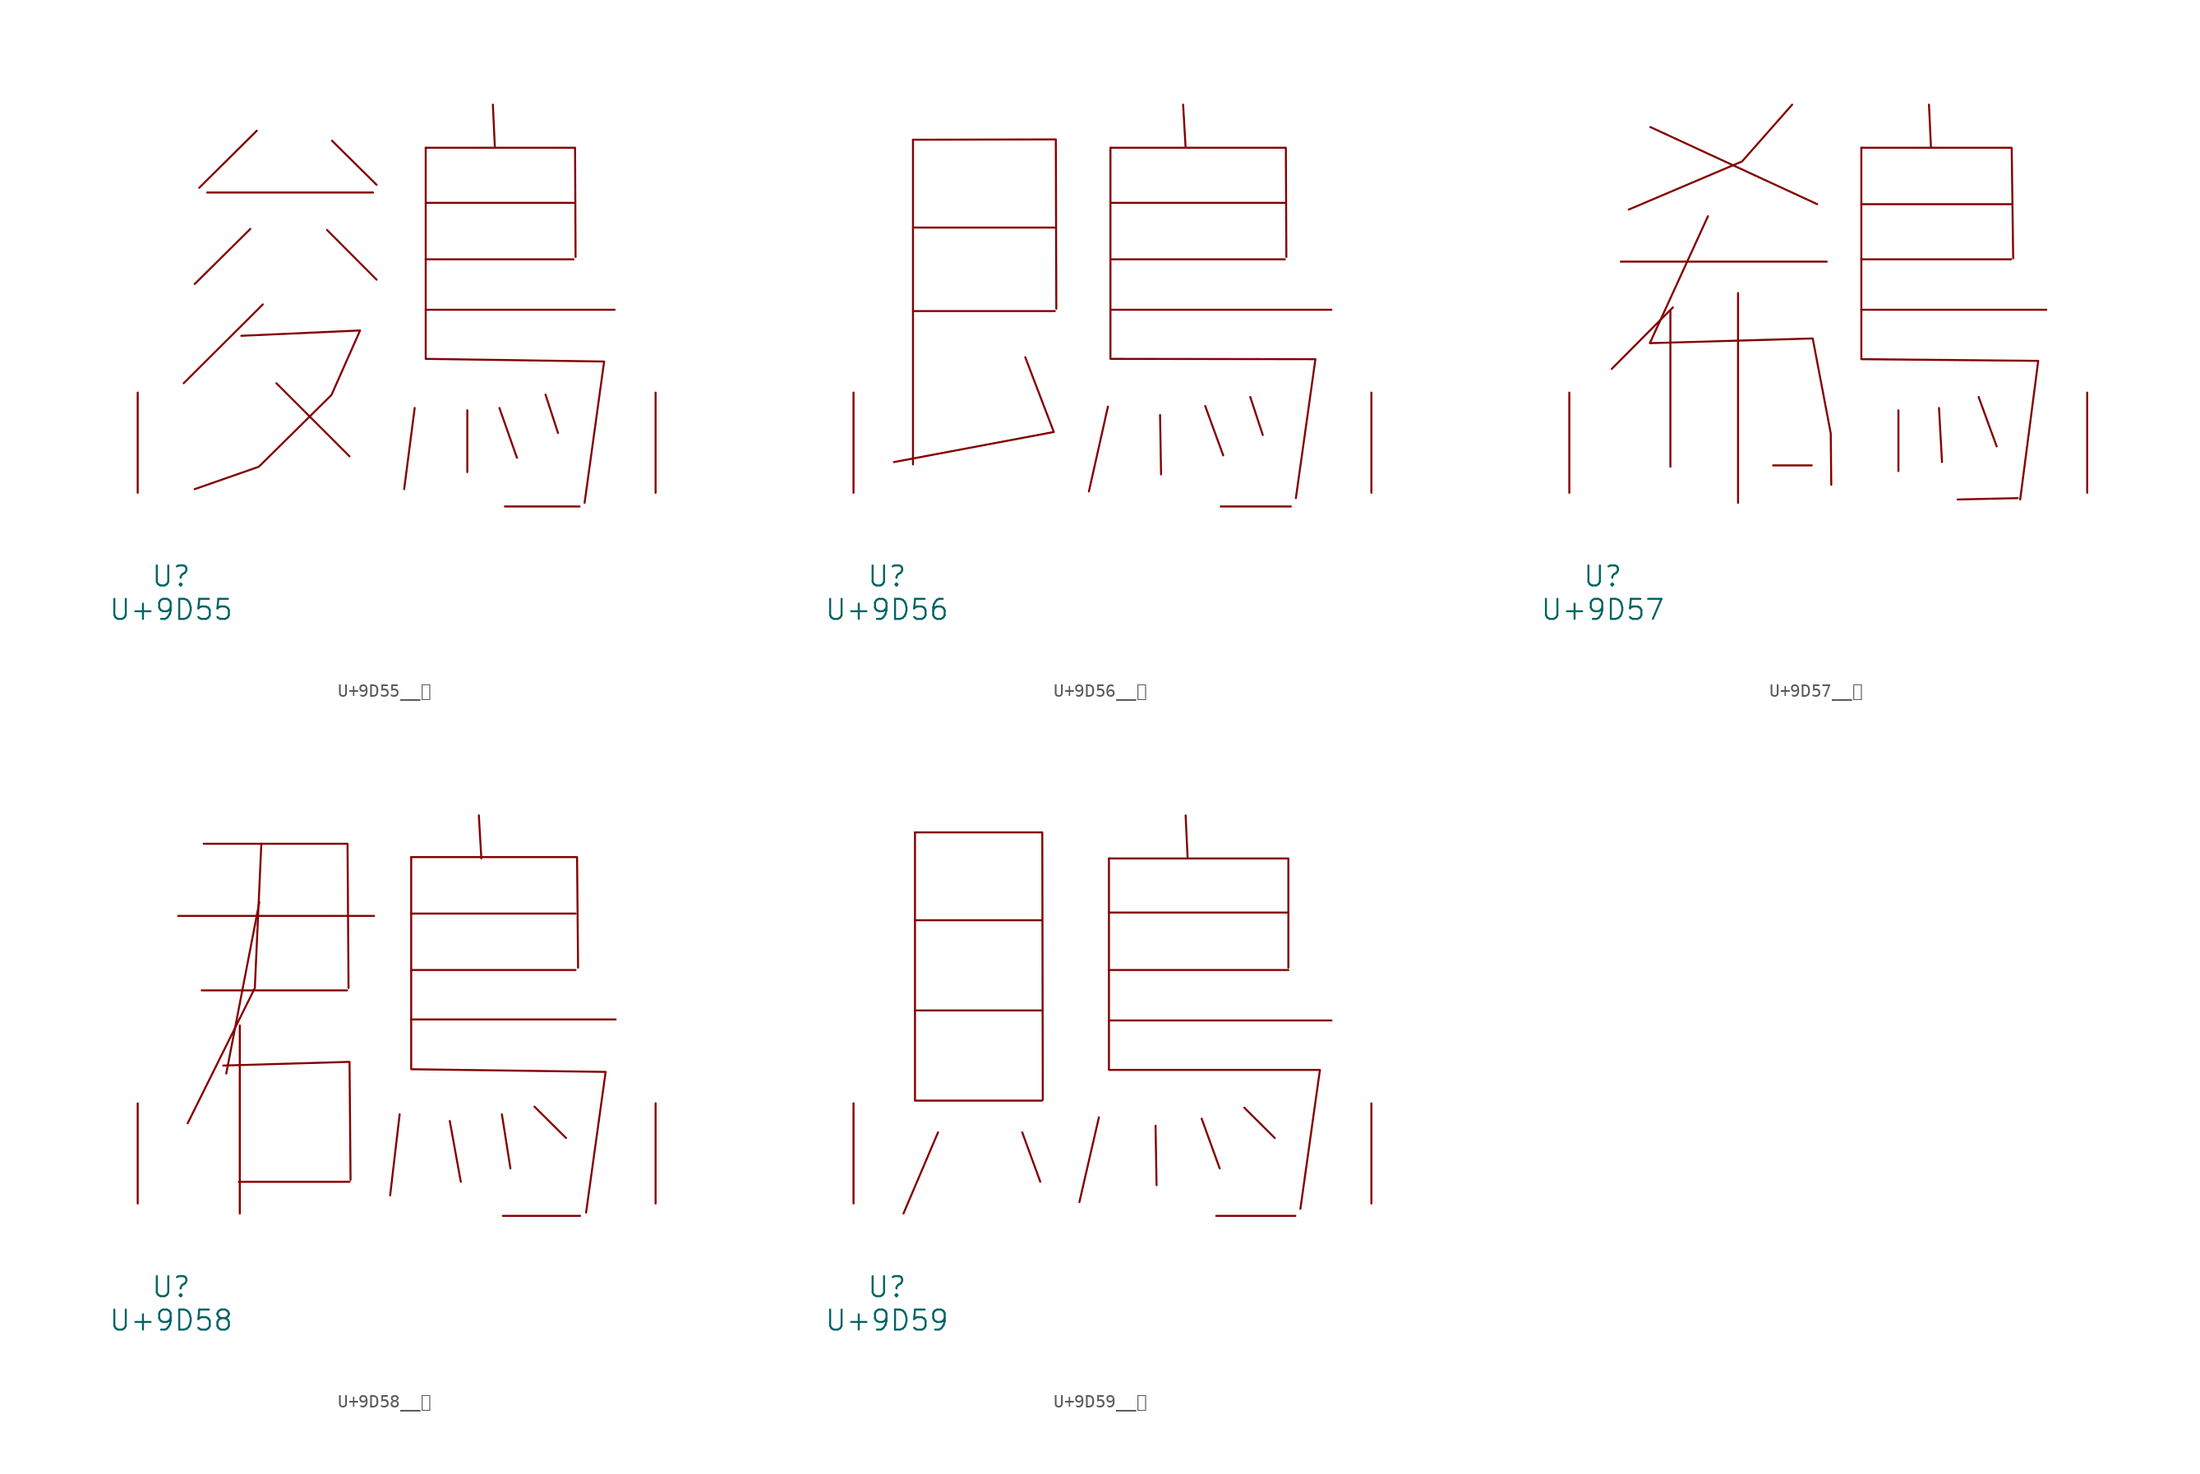
<source format=kicad_sym>
(kicad_symbol_lib
  (version 20231120)
  (generator "kicad_symbol_editor")
  (generator_version "8.0")
  (symbol "U+9D55__鵕"
    (pin_names
      (offset 1.016))
    (property "Reference" "U"
      (at 0 -6.35 0)
      (effects (font (size 1.524 1.524))))
    (property "Value" "U+9D55"
      (at 0 -8.89 0)
      (effects (font (size 1.524 1.524))))
    (symbol "U+9D55__鵕_0_1"
      (polyline (pts (xy 2.743 22.835) (xy 15.354 22.835)) (stroke (width 0) (type solid)) (fill (type none)))
      (polyline (pts (xy 6.02 20.066) (xy 1.791 15.875)) (stroke (width 0) (type solid)) (fill (type none)))
      (polyline (pts (xy 6.515 27.534) (xy 2.134 23.19)) (stroke (width 0) (type solid)) (fill (type none)))
      (polyline (pts (xy 6.972 14.326) (xy 0.953 8.331)) (stroke (width 0) (type solid)) (fill (type none)))
      (polyline (pts (xy 8.001 8.331) (xy 13.564 2.769)) (stroke (width 0) (type solid)) (fill (type none)))
      (polyline (pts (xy 11.849 19.99) (xy 15.621 16.205)) (stroke (width 0) (type solid)) (fill (type none)))
      (polyline (pts (xy 12.23 26.772) (xy 15.621 23.419)) (stroke (width 0) (type solid)) (fill (type none)))
      (polyline (pts (xy 18.517 6.452) (xy 17.716 0.279)) (stroke (width 0) (type solid)) (fill (type none)))
      (polyline (pts (xy 19.355 13.919) (xy 33.718 13.919)) (stroke (width 0) (type solid)) (fill (type none)))
      (polyline (pts (xy 19.355 17.755) (xy 30.594 17.755)) (stroke (width 0) (type solid)) (fill (type none)))
      (polyline (pts (xy 19.355 22.047) (xy 30.594 22.047)) (stroke (width 0) (type solid)) (fill (type none)))
      (polyline (pts (xy 22.517 6.274) (xy 22.517 1.575)) (stroke (width 0) (type solid)) (fill (type none)))
      (polyline (pts (xy 24.46 29.515) (xy 24.613 26.238)) (stroke (width 0) (type solid)) (fill (type none)))
      (polyline (pts (xy 24.956 6.452) (xy 26.289 2.667)) (stroke (width 0) (type solid)) (fill (type none)))
      (polyline (pts (xy 25.375 -1.041) (xy 31.052 -1.041)) (stroke (width 0) (type solid)) (fill (type none)))
      (polyline (pts (xy 28.461 7.468) (xy 29.413 4.547)) (stroke (width 0) (type solid)) (fill (type none)))
      (polyline (pts (xy 19.355 26.238) (xy 30.709 26.238) (xy 30.747 17.932)) (stroke (width 0) (type solid)) (fill (type none)))
      (polyline (pts (xy 19.355 26.238) (xy 19.355 10.185) (xy 32.918 9.982) (xy 31.433 -0.762)) (stroke (width 0) (type solid)) (fill (type none)))
      (polyline (pts (xy 5.334 11.938) (xy 14.364 12.344) (xy 12.192 7.442) (xy 6.668 1.981) (xy 1.791 0.279)) (stroke (width 0) (type solid)) (fill (type none)))
      (pin input line (at -2.54 0 90) (length 7.62) (name "~" (effects (font (size 1.27 1.27)))) (number "~" (effects (font (size 1.27 1.27)))))
      (pin input line (at 36.83 0 90) (length 7.62) (name "~" (effects (font (size 1.27 1.27)))) (number "~" (effects (font (size 1.27 1.27)))))))
  (symbol "U+9D56__鵖"
    (pin_names
      (offset 1.016))
    (property "Reference" "U"
      (at 0 -6.35 0)
      (effects (font (size 1.524 1.524))))
    (property "Value" "U+9D56"
      (at 0 -8.89 0)
      (effects (font (size 1.524 1.524))))
    (symbol "U+9D56__鵖_0_1"
      (polyline (pts (xy 1.981 13.818) (xy 12.764 13.818)) (stroke (width 0) (type solid)) (fill (type none)))
      (polyline (pts (xy 1.981 20.168) (xy 12.764 20.168)) (stroke (width 0) (type solid)) (fill (type none)))
      (polyline (pts (xy 1.981 26.848) (xy 1.981 2.159)) (stroke (width 0) (type solid)) (fill (type none)))
      (polyline (pts (xy 16.802 6.553) (xy 15.354 0.102)) (stroke (width 0) (type solid)) (fill (type none)))
      (polyline (pts (xy 16.993 13.919) (xy 33.795 13.919)) (stroke (width 0) (type solid)) (fill (type none)))
      (polyline (pts (xy 16.993 17.755) (xy 30.251 17.755)) (stroke (width 0) (type solid)) (fill (type none)))
      (polyline (pts (xy 16.993 22.047) (xy 30.251 22.047)) (stroke (width 0) (type solid)) (fill (type none)))
      (polyline (pts (xy 20.765 5.918) (xy 20.841 1.397)) (stroke (width 0) (type solid)) (fill (type none)))
      (polyline (pts (xy 22.517 29.515) (xy 22.708 26.238)) (stroke (width 0) (type solid)) (fill (type none)))
      (polyline (pts (xy 24.194 6.604) (xy 25.565 2.845)) (stroke (width 0) (type solid)) (fill (type none)))
      (polyline (pts (xy 25.375 -1.041) (xy 30.709 -1.041)) (stroke (width 0) (type solid)) (fill (type none)))
      (polyline (pts (xy 27.622 7.29) (xy 28.575 4.394)) (stroke (width 0) (type solid)) (fill (type none)))
      (polyline (pts (xy 1.981 26.848) (xy 12.84 26.873) (xy 12.878 13.995)) (stroke (width 0) (type solid)) (fill (type none)))
      (polyline (pts (xy 10.516 10.312) (xy 12.687 4.623) (xy 0.533 2.337)) (stroke (width 0) (type solid)) (fill (type none)))
      (polyline (pts (xy 16.993 26.238) (xy 30.328 26.238) (xy 30.366 17.932)) (stroke (width 0) (type solid)) (fill (type none)))
      (polyline (pts (xy 16.993 26.238) (xy 16.993 10.185) (xy 32.575 10.16) (xy 31.09 -0.406)) (stroke (width 0) (type solid)) (fill (type none)))
      (pin input line (at -2.54 0 90) (length 7.62) (name "~" (effects (font (size 1.27 1.27)))) (number "~" (effects (font (size 1.27 1.27)))))
      (pin input line (at 36.83 0 90) (length 7.62) (name "~" (effects (font (size 1.27 1.27)))) (number "~" (effects (font (size 1.27 1.27)))))))
  (symbol "U+9D57__鵗"
    (pin_names
      (offset 1.016))
    (property "Reference" "U"
      (at 0 -6.35 0)
      (effects (font (size 1.524 1.524))))
    (property "Value" "U+9D57"
      (at 0 -8.89 0)
      (effects (font (size 1.524 1.524))))
    (symbol "U+9D57__鵗_0_1"
      (polyline (pts (xy 1.372 17.577) (xy 17.031 17.577)) (stroke (width 0) (type solid)) (fill (type none)))
      (polyline (pts (xy 3.619 27.813) (xy 16.307 21.946)) (stroke (width 0) (type solid)) (fill (type none)))
      (polyline (pts (xy 5.144 13.818) (xy 5.144 1.981)) (stroke (width 0) (type solid)) (fill (type none)))
      (polyline (pts (xy 5.334 14.097) (xy 0.686 9.423)) (stroke (width 0) (type solid)) (fill (type none)))
      (polyline (pts (xy 10.287 15.189) (xy 10.287 -0.762)) (stroke (width 0) (type solid)) (fill (type none)))
      (polyline (pts (xy 12.954 2.083) (xy 15.888 2.083)) (stroke (width 0) (type solid)) (fill (type none)))
      (polyline (pts (xy 19.66 13.919) (xy 33.718 13.919)) (stroke (width 0) (type solid)) (fill (type none)))
      (polyline (pts (xy 19.66 17.755) (xy 31.052 17.755)) (stroke (width 0) (type solid)) (fill (type none)))
      (polyline (pts (xy 19.66 21.946) (xy 31.052 21.946)) (stroke (width 0) (type solid)) (fill (type none)))
      (polyline (pts (xy 22.479 6.274) (xy 22.479 1.651)) (stroke (width 0) (type solid)) (fill (type none)))
      (polyline (pts (xy 24.803 29.515) (xy 24.956 26.238)) (stroke (width 0) (type solid)) (fill (type none)))
      (polyline (pts (xy 25.565 6.452) (xy 25.794 2.337)) (stroke (width 0) (type solid)) (fill (type none)))
      (polyline (pts (xy 28.575 7.29) (xy 29.947 3.531)) (stroke (width 0) (type solid)) (fill (type none)))
      (polyline (pts (xy 31.547 -0.406) (xy 26.975 -0.508)) (stroke (width 0) (type solid)) (fill (type none)))
      (polyline (pts (xy 14.402 29.515) (xy 10.592 25.197) (xy 1.981 21.539)) (stroke (width 0) (type solid)) (fill (type none)))
      (polyline (pts (xy 19.66 26.238) (xy 31.09 26.238) (xy 31.204 17.831)) (stroke (width 0) (type solid)) (fill (type none)))
      (polyline (pts (xy 19.66 26.238) (xy 19.66 10.16) (xy 33.109 10.033) (xy 31.737 -0.508)) (stroke (width 0) (type solid)) (fill (type none)))
      (polyline (pts (xy 8.001 21.031) (xy 3.581 11.379) (xy 15.964 11.735) (xy 17.335 4.521) (xy 17.374 0.61)) (stroke (width 0) (type solid)) (fill (type none)))
      (pin input line (at -2.54 0 90) (length 7.62) (name "~" (effects (font (size 1.27 1.27)))) (number "~" (effects (font (size 1.27 1.27)))))
      (pin input line (at 36.83 0 90) (length 7.62) (name "~" (effects (font (size 1.27 1.27)))) (number "~" (effects (font (size 1.27 1.27)))))))
  (symbol "U+9D58__鵘"
    (pin_names
      (offset 1.016))
    (property "Reference" "U"
      (at 0 -6.35 0)
      (effects (font (size 1.524 1.524))))
    (property "Value" "U+9D58"
      (at 0 -8.89 0)
      (effects (font (size 1.524 1.524))))
    (symbol "U+9D58__鵘_0_1"
      (polyline (pts (xy 0.533 21.869) (xy 15.431 21.869)) (stroke (width 0) (type solid)) (fill (type none)))
      (polyline (pts (xy 2.324 16.205) (xy 13.373 16.205)) (stroke (width 0) (type solid)) (fill (type none)))
      (polyline (pts (xy 5.144 1.651) (xy 13.564 1.651)) (stroke (width 0) (type solid)) (fill (type none)))
      (polyline (pts (xy 5.22 13.538) (xy 5.22 -0.762)) (stroke (width 0) (type solid)) (fill (type none)))
      (polyline (pts (xy 6.706 22.911) (xy 4.191 9.881)) (stroke (width 0) (type solid)) (fill (type none)))
      (polyline (pts (xy 17.374 6.782) (xy 16.65 0.61)) (stroke (width 0) (type solid)) (fill (type none)))
      (polyline (pts (xy 18.25 13.995) (xy 33.795 13.995)) (stroke (width 0) (type solid)) (fill (type none)))
      (polyline (pts (xy 18.25 17.755) (xy 30.747 17.755)) (stroke (width 0) (type solid)) (fill (type none)))
      (polyline (pts (xy 18.25 22.047) (xy 30.747 22.047)) (stroke (width 0) (type solid)) (fill (type none)))
      (polyline (pts (xy 21.184 6.274) (xy 22.022 1.651)) (stroke (width 0) (type solid)) (fill (type none)))
      (polyline (pts (xy 23.393 29.515) (xy 23.584 26.238)) (stroke (width 0) (type solid)) (fill (type none)))
      (polyline (pts (xy 25.146 6.782) (xy 25.794 2.667)) (stroke (width 0) (type solid)) (fill (type none)))
      (polyline (pts (xy 25.222 -0.94) (xy 31.09 -0.94)) (stroke (width 0) (type solid)) (fill (type none)))
      (polyline (pts (xy 27.622 7.366) (xy 30.023 4.978)) (stroke (width 0) (type solid)) (fill (type none)))
      (polyline (pts (xy 2.477 27.356) (xy 13.411 27.356) (xy 13.487 16.383)) (stroke (width 0) (type solid)) (fill (type none)))
      (polyline (pts (xy 3.962 10.49) (xy 13.564 10.77) (xy 13.64 1.803)) (stroke (width 0) (type solid)) (fill (type none)))
      (polyline (pts (xy 6.858 27.356) (xy 6.363 16.383) (xy 1.257 6.096)) (stroke (width 0) (type solid)) (fill (type none)))
      (polyline (pts (xy 18.25 26.34) (xy 30.861 26.34) (xy 30.937 17.932)) (stroke (width 0) (type solid)) (fill (type none)))
      (polyline (pts (xy 18.25 26.34) (xy 18.25 10.211) (xy 33.033 10.008) (xy 31.547 -0.686)) (stroke (width 0) (type solid)) (fill (type none)))
      (pin input line (at -2.54 0 90) (length 7.62) (name "~" (effects (font (size 1.27 1.27)))) (number "~" (effects (font (size 1.27 1.27)))))
      (pin input line (at 36.83 0 90) (length 7.62) (name "~" (effects (font (size 1.27 1.27)))) (number "~" (effects (font (size 1.27 1.27)))))))
  (symbol "U+9D59__鵙"
    (pin_names
      (offset 1.016))
    (property "Reference" "U"
      (at 0 -6.35 0)
      (effects (font (size 1.524 1.524))))
    (property "Value" "U+9D59"
      (at 0 -8.89 0)
      (effects (font (size 1.524 1.524))))
    (symbol "U+9D59__鵙_0_1"
      (polyline (pts (xy 2.134 7.823) (xy 11.773 7.823)) (stroke (width 0) (type solid)) (fill (type none)))
      (polyline (pts (xy 2.134 14.681) (xy 11.773 14.681)) (stroke (width 0) (type solid)) (fill (type none)))
      (polyline (pts (xy 2.134 21.539) (xy 11.773 21.539)) (stroke (width 0) (type solid)) (fill (type none)))
      (polyline (pts (xy 2.134 28.219) (xy 2.134 7.874)) (stroke (width 0) (type solid)) (fill (type none)))
      (polyline (pts (xy 3.886 5.41) (xy 1.257 -0.762)) (stroke (width 0) (type solid)) (fill (type none)))
      (polyline (pts (xy 10.287 5.41) (xy 11.659 1.651)) (stroke (width 0) (type solid)) (fill (type none)))
      (polyline (pts (xy 16.116 6.553) (xy 14.63 0.102)) (stroke (width 0) (type solid)) (fill (type none)))
      (polyline (pts (xy 16.878 13.919) (xy 33.795 13.919)) (stroke (width 0) (type solid)) (fill (type none)))
      (polyline (pts (xy 16.878 17.755) (xy 30.518 17.755)) (stroke (width 0) (type solid)) (fill (type none)))
      (polyline (pts (xy 16.878 22.123) (xy 30.518 22.123)) (stroke (width 0) (type solid)) (fill (type none)))
      (polyline (pts (xy 20.422 5.918) (xy 20.498 1.397)) (stroke (width 0) (type solid)) (fill (type none)))
      (polyline (pts (xy 22.708 29.515) (xy 22.86 26.238)) (stroke (width 0) (type solid)) (fill (type none)))
      (polyline (pts (xy 23.927 6.452) (xy 25.298 2.667)) (stroke (width 0) (type solid)) (fill (type none)))
      (polyline (pts (xy 25.032 -0.94) (xy 31.052 -0.94)) (stroke (width 0) (type solid)) (fill (type none)))
      (polyline (pts (xy 27.165 7.29) (xy 29.489 4.978)) (stroke (width 0) (type solid)) (fill (type none)))
      (polyline (pts (xy 2.134 28.219) (xy 11.811 28.219) (xy 11.849 7.874)) (stroke (width 0) (type solid)) (fill (type none)))
      (polyline (pts (xy 16.878 26.238) (xy 30.518 26.238) (xy 30.518 17.932)) (stroke (width 0) (type solid)) (fill (type none)))
      (polyline (pts (xy 16.878 26.238) (xy 16.878 10.16) (xy 32.918 10.16) (xy 31.433 -0.406)) (stroke (width 0) (type solid)) (fill (type none)))
      (pin input line (at -2.54 0 90) (length 7.62) (name "~" (effects (font (size 1.27 1.27)))) (number "~" (effects (font (size 1.27 1.27)))))
      (pin input line (at 36.83 0 90) (length 7.62) (name "~" (effects (font (size 1.27 1.27)))) (number "~" (effects (font (size 1.27 1.27))))))))
</source>
